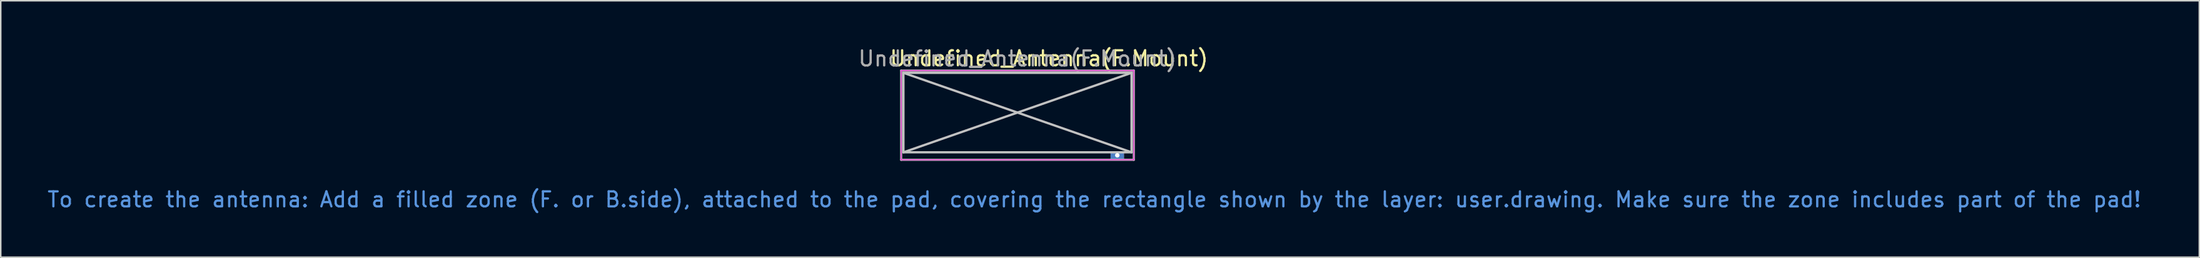
<source format=kicad_pcb>
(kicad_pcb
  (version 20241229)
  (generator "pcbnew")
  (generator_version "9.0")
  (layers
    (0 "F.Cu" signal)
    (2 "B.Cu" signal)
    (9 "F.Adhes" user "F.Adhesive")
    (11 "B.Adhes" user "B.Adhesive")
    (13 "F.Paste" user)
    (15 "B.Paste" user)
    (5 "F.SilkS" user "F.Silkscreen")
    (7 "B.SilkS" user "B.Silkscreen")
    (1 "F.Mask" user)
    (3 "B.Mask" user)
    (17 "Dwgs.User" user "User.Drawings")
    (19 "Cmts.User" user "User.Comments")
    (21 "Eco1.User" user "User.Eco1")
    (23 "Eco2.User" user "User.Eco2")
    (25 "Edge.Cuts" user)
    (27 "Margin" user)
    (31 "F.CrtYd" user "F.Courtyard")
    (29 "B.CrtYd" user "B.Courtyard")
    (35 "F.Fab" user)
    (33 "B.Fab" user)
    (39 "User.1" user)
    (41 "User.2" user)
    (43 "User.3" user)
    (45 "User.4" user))
  (footprint "Undefined_Antenna(F.Mount)"
    (layer "F.Cu")
    (at 71.394 7.308)
    (property "Reference" "Undefined_Antenna(F.Mount)" (at -4.55 -6.46 0) (layer "F.SilkS") (effects (font (size 1 1) (thickness 0.15))))
    (attr exclude_from_pos_files exclude_from_bom)
    (fp_line (start -14.25 -0.2) (end -14.25 -5.5) (stroke (width 0.15) (type solid)) (layer "Dwgs.User"))
    (fp_line (start 0.95 -5.5) (end -14.25 -5.5) (stroke (width 0.15) (type solid)) (layer "Dwgs.User"))
    (fp_line (start 0.95 -5.5) (end -14.25 -0.2) (stroke (width 0.15) (type solid)) (layer "Dwgs.User"))
    (fp_line (start 0.95 -0.2) (end -14.25 -5.5) (stroke (width 0.15) (type solid)) (layer "Dwgs.User"))
    (fp_line (start 0.95 -0.2) (end -14.25 -0.2) (stroke (width 0.15) (type solid)) (layer "Dwgs.User"))
    (fp_line (start 0.95 -0.2) (end 0.95 -5.5) (stroke (width 0.15) (type solid)) (layer "Dwgs.User"))
    (fp_line (start -14.4 -5.65) (end -14.4 0.3) (stroke (width 0.05) (type solid)) (layer "F.CrtYd"))
    (fp_line (start -14.4 0.3) (end 1.1 0.3) (stroke (width 0.05) (type solid)) (layer "F.CrtYd"))
    (fp_line (start 1.1 -5.65) (end -14.4 -5.65) (stroke (width 0.05) (type solid)) (layer "F.CrtYd"))
    (fp_line (start 1.1 0.3) (end 1.1 -5.65) (stroke (width 0.05) (type solid)) (layer "F.CrtYd"))
    (fp_line (start -14.4 -5.65) (end -14.4 0.3) (stroke (width 0.15) (type solid)) (layer "F.Fab"))
    (fp_line (start -14.4 0.3) (end 1.1 0.3) (stroke (width 0.15) (type solid)) (layer "F.Fab"))
    (fp_line (start 1.1 -5.65) (end -14.4 -5.65) (stroke (width 0.15) (type solid)) (layer "F.Fab"))
    (fp_line (start 1.1 0.3) (end 1.1 -5.65) (stroke (width 0.15) (type solid)) (layer "F.Fab"))
    (fp_text user "To create the antenna: Add a filled zone (F. or B.side), attached to the pad, covering the rectangle shown by the layer: user.drawing. Make sure the zone includes part of the pad! " (at -1.15 2.95 0) (unlocked yes) (layer "Cmts.User") (effects (font (size 1 1) (thickness 0.15))))
    (fp_text user "${REFERENCE}" (at -6.65 -6.45 0) (layer "F.Fab") (effects (font (size 1 1) (thickness 0.15))))
    (pad "1" thru_hole rect (at 0 0) (size 0.9 0.5) (drill 0.3) (layers "*.Cu"))
    (zone (net_name "") (layers "F.Cu" "B.Cu") (name "Undefined_Antenna") (hatch edge 0.508) (connect_pads) (min_thickness 0.254) (filled_areas_thickness no) (keepout (tracks not_allowed) (vias not_allowed) (pads not_allowed) (copperpour not_allowed) (footprints not_allowed)) (placement (enabled no)) (fill) (polygon (pts (xy 56.994 7.558) (xy 70.944 7.558) (xy 70.944 2.508) (xy 67.344 2.508) (xy 67.344 5.358) (xy 64.444 5.358) (xy 64.444 2.508) (xy 62.594 2.508) (xy 62.594 5.358) (xy 59.694 5.358) (xy 59.694 2.508) (xy 57.994 2.508) (xy 57.994 6.608) (xy 57.294 6.608) (xy 57.294 2.008) (xy 60.194 2.008) (xy 60.194 4.858) (xy 62.094 4.858) (xy 62.094 2.008) (xy 64.944 2.008) (xy 64.944 4.858) (xy 66.844 4.858) (xy 66.844 2.008) (xy 71.844 2.008) (xy 71.844 7.558) (xy 72.494 7.558) (xy 72.494 1.658) (xy 56.994 1.658)))))
  (gr_rect
    (start -3 -3)
    (end 143.488 14.106)
    (stroke (width 0.1) (type default))
    (fill no)
    (layer "Edge.Cuts")))
</source>
